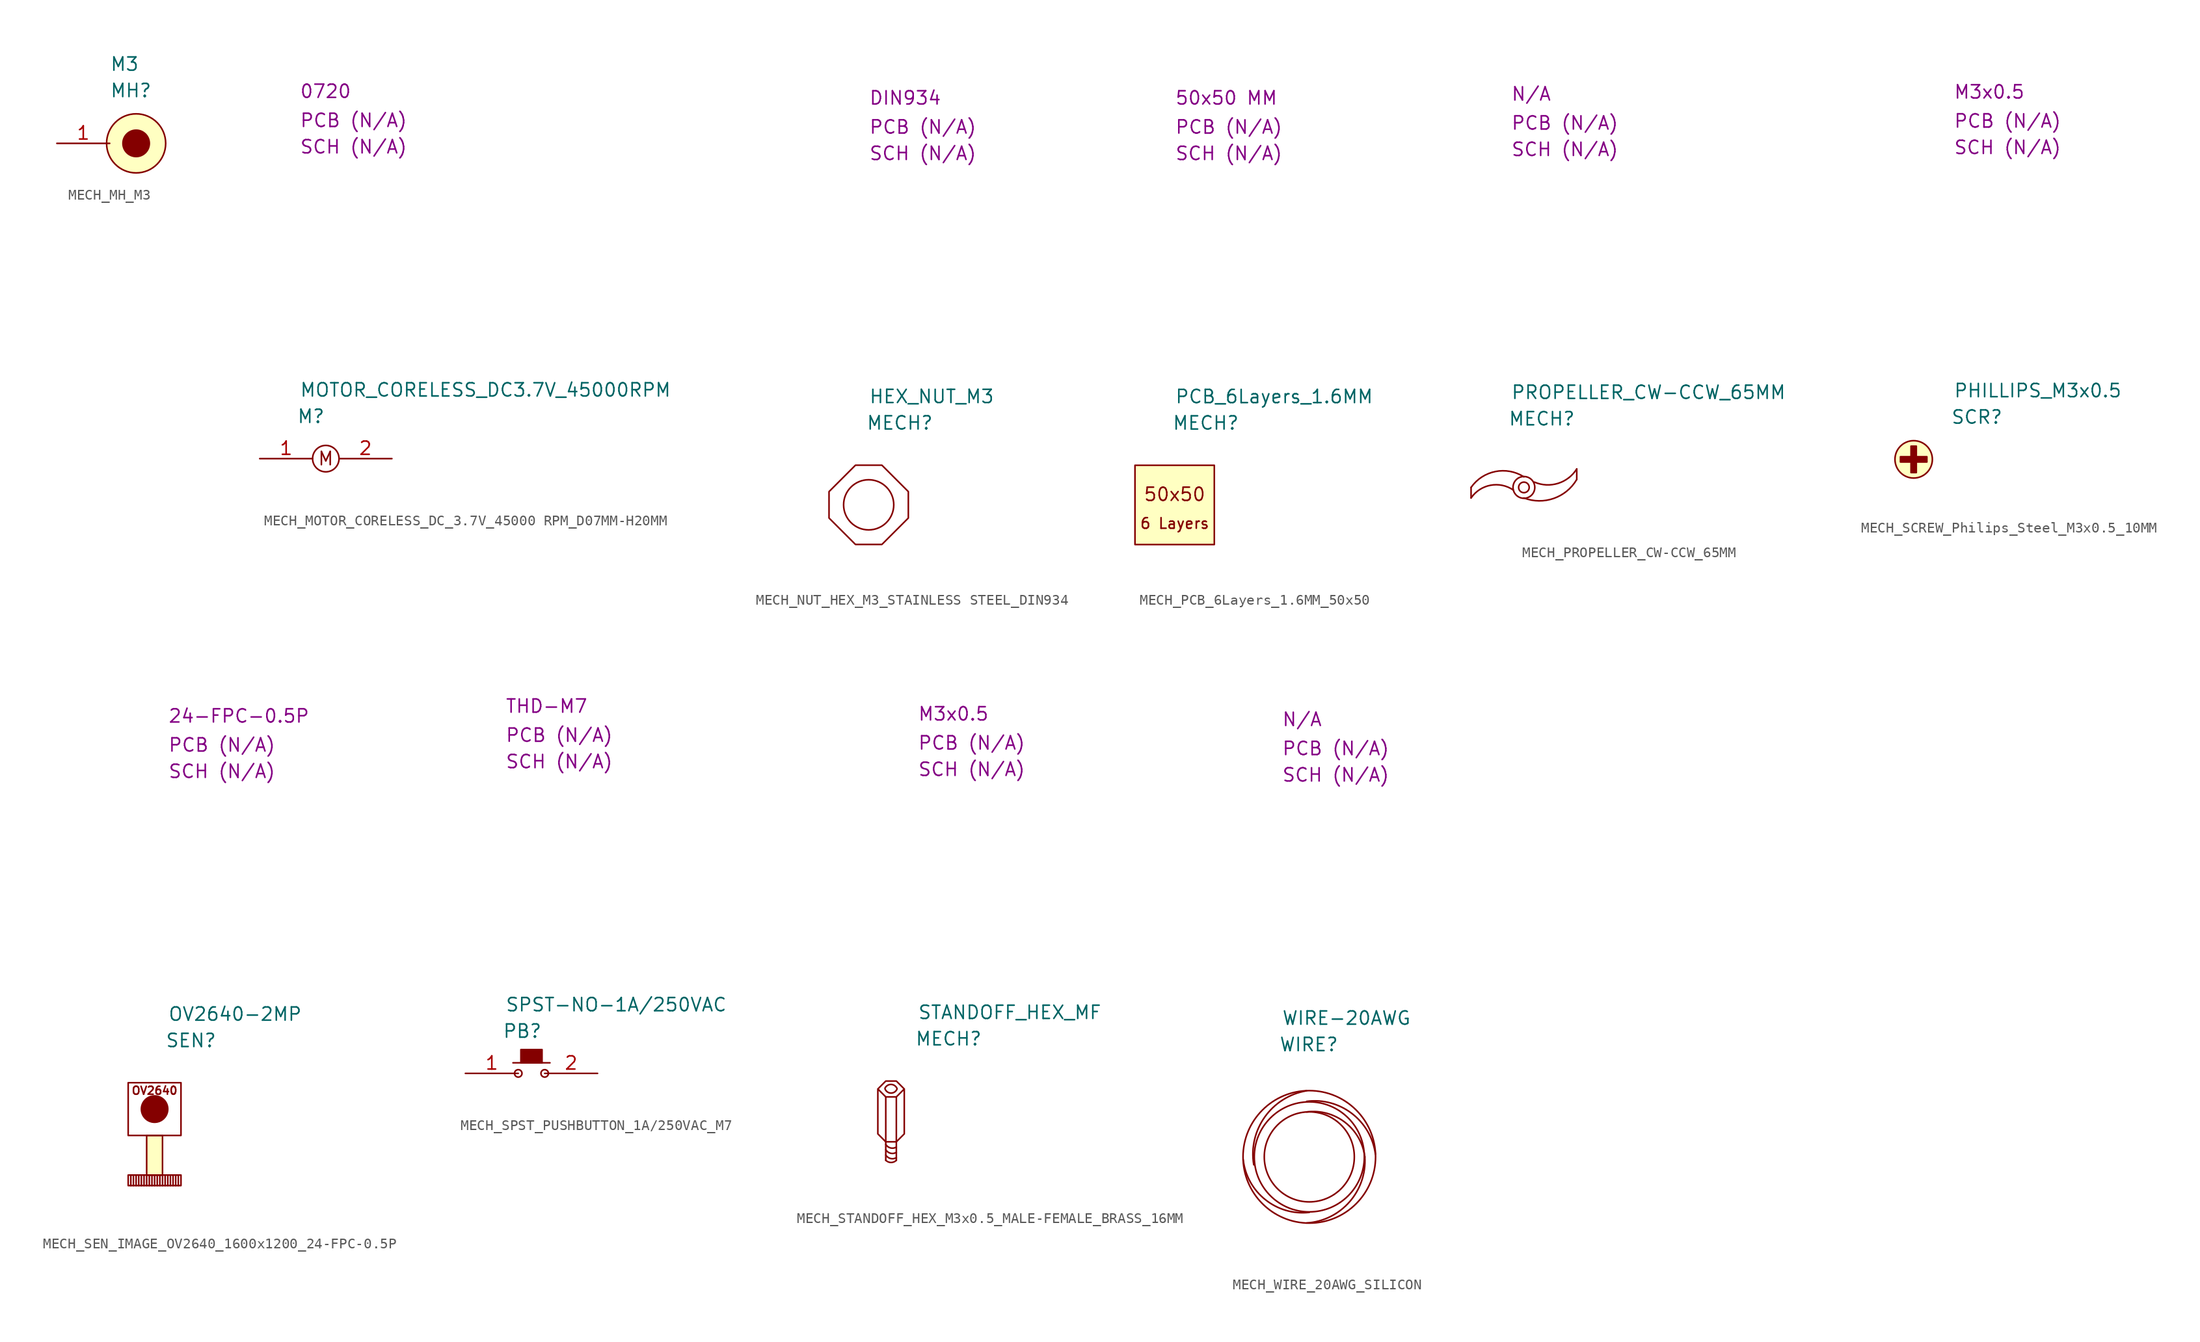
<source format=kicad_sym>
(kicad_symbol_lib
  (version 20231120)
  (generator "kicad_symbol_editor")
  (generator_version "8.0")
  (symbol "MECH_MH_M3"
    (property "Reference" "MH"
      (at 5.08 5.08 0)
      (effects (font (size 1.27 1.27)) (justify left)))
    (property "Value" "M3"
      (at 5.08 7.62 0)
      (effects (font (size 1.27 1.27)) (justify left)))
    (symbol "MECH_MH_M3_0_1"
      (circle (center 7.62 0) (radius 1.27) (stroke (width 0) (type default)) (fill (type outline)))
      (circle (center 7.62 0) (radius 2.84) (stroke (width 0) (type default)) (fill (type background))))
    (symbol "MECH_MH_M3_1_1"
      (pin passive line (at 0 0 0) (length 5.08) (name "" (effects (font (size 1.27 1.27)))) (number "1" (effects (font (size 1.27 1.27)))))))
  (symbol "MECH_MOTOR_CORELESS_DC_3.7V_45000 RPM_D07MM-H20MM"
    (property "Reference" "M"
      (at 3.556 4.064 0)
      (effects (font (size 1.27 1.27)) (justify left)))
    (property "Value" "MOTOR_CORELESS_DC3.7V_45000RPM"
      (at 3.81 6.604 0)
      (effects (font (size 1.27 1.27)) (justify left)))
    (property "Package" "0720"
      (at 3.81 35.306 0)
      (effects (font (size 1.27 1.27)) (justify left)))
    (property "SCH CHECK" "SCH (N/A)"
      (at 3.81 29.972 0)
      (effects (font (size 1.27 1.27)) (justify left)))
    (property "PCB CHECK" "PCB (N/A)"
      (at 3.81 32.512 0)
      (effects (font (size 1.27 1.27)) (justify left)))
    (symbol "MECH_MOTOR_CORELESS_DC_3.7V_45000 RPM_D07MM-H20MM_1_1"
      (circle (center 6.35 0) (radius 1.27) (stroke (width 0) (type default)) (fill (type none)))
      (text "M" (at 6.35 0 0) (effects (font (size 1.27 1.27))))
      (pin free line (at 0 0 0) (length 5.08) (name "" (effects (font (size 1.27 1.27)))) (number "1" (effects (font (size 1.27 1.27)))))
      (pin free line (at 12.7 0 180) (length 5.08) (name "" (effects (font (size 1.27 1.27)))) (number "2" (effects (font (size 1.27 1.27)))))))
  (symbol "MECH_NUT_HEX_M3_STAINLESS STEEL_DIN934"
    (property "Reference" "MECH"
      (at 3.556 4.064 0)
      (effects (font (size 1.27 1.27)) (justify left)))
    (property "Value" "HEX_NUT_M3"
      (at 3.81 6.604 0)
      (effects (font (size 1.27 1.27)) (justify left)))
    (property "Package" "DIN934"
      (at 3.81 35.306 0)
      (effects (font (size 1.27 1.27)) (justify left)))
    (property "SCH CHECK" "SCH (N/A)"
      (at 3.81 29.972 0)
      (effects (font (size 1.27 1.27)) (justify left)))
    (property "PCB CHECK" "PCB (N/A)"
      (at 3.81 32.512 0)
      (effects (font (size 1.27 1.27)) (justify left)))
    (symbol "MECH_NUT_HEX_M3_STAINLESS STEEL_DIN934_1_1"
      (polyline (pts (xy 2.54 0) (xy 5.08 0) (xy 7.62 -2.54) (xy 7.62 -5.08) (xy 5.08 -7.62) (xy 2.54 -7.62) (xy 0 -5.08) (xy 0 -2.54) (xy 2.54 0)) (stroke (width 0) (type default)) (fill (type none)))
      (circle (center 3.81 -3.81) (radius 2.41) (stroke (width 0) (type default)) (fill (type none)))))
  (symbol "MECH_PCB_6Layers_1.6MM_50x50"
    (property "Reference" "MECH"
      (at 3.556 4.064 0)
      (effects (font (size 1.27 1.27)) (justify left)))
    (property "Value" "PCB_6Layers_1.6MM"
      (at 3.81 6.604 0)
      (effects (font (size 1.27 1.27)) (justify left)))
    (property "Package" "50x50 MM"
      (at 3.81 35.306 0)
      (effects (font (size 1.27 1.27)) (justify left)))
    (property "SCH CHECK" "SCH (N/A)"
      (at 3.81 29.972 0)
      (effects (font (size 1.27 1.27)) (justify left)))
    (property "PCB CHECK" "PCB (N/A)"
      (at 3.81 32.512 0)
      (effects (font (size 1.27 1.27)) (justify left)))
    (symbol "MECH_PCB_6Layers_1.6MM_50x50_1_1"
      (rectangle (start 0 0) (end 7.62 -7.62) (stroke (width 0) (type default)) (fill (type background)))
      (text "50x50" (at 3.81 -2.794 0) (effects (font (size 1.27 1.27))))
      (text "6 Layers" (at 3.81 -5.588 0) (effects (font (size 1.016 1.016))))))
  (symbol "MECH_PROPELLER_CW-CCW_65MM"
    (property "Reference" "MECH"
      (at 3.556 4.064 0)
      (effects (font (size 1.27 1.27)) (justify left)))
    (property "Value" "PROPELLER_CW-CCW_65MM"
      (at 3.81 6.604 0)
      (effects (font (size 1.27 1.27)) (justify left)))
    (property "Package" "N/A"
      (at 3.81 35.306 0)
      (effects (font (size 1.27 1.27)) (justify left)))
    (property "SCH CHECK" "SCH (N/A)"
      (at 3.81 29.972 0)
      (effects (font (size 1.27 1.27)) (justify left)))
    (property "PCB CHECK" "PCB (N/A)"
      (at 3.81 32.512 0)
      (effects (font (size 1.27 1.27)) (justify left)))
    (symbol "MECH_PROPELLER_CW-CCW_65MM_1_1"
      (polyline (pts (xy 0 -3.556) (xy 0 -2.54)) (stroke (width 0) (type default)) (fill (type none)))
      (polyline (pts (xy 10.16 -0.762) (xy 10.16 -1.778)) (stroke (width 0) (type default)) (fill (type none)))
      (arc (start 4.064 -2.794) (mid 1.8742 -2.3333) (end 0 -3.556) (stroke (width 0) (type default)) (fill (type none)))
      (arc (start 5.08 -3.556) (mid 7.9467 -3.6003) (end 10.16 -1.778) (stroke (width 0) (type default)) (fill (type none)))
      (circle (center 5.08 -2.54) (radius 0.508) (stroke (width 0) (type default)) (fill (type none)))
      (circle (center 5.08 -2.54) (radius 1.047) (stroke (width 0) (type default)) (fill (type none)))
      (arc (start 5.08 -1.524) (mid 2.3362 -1.013) (end 0 -2.54) (stroke (width 0) (type default)) (fill (type none)))
      (arc (start 6.096 -2.032) (mid 8.3639 -2.1518) (end 10.16 -0.762) (stroke (width 0) (type default)) (fill (type none)))))
  (symbol "MECH_SCREW_Philips_Steel_M3x0.5_10MM"
    (property "Reference" "SCR"
      (at 3.556 4.064 0)
      (effects (font (size 1.27 1.27)) (justify left)))
    (property "Value" "PHILLIPS_M3x0.5"
      (at 3.81 6.604 0)
      (effects (font (size 1.27 1.27)) (justify left)))
    (property "Package" "M3x0.5"
      (at 3.81 35.306 0)
      (effects (font (size 1.27 1.27)) (justify left)))
    (property "SCH CHECK" "SCH (N/A)"
      (at 3.81 29.972 0)
      (effects (font (size 1.27 1.27)) (justify left)))
    (property "PCB CHECK" "PCB (N/A)"
      (at 3.81 32.512 0)
      (effects (font (size 1.27 1.27)) (justify left)))
    (symbol "MECH_SCREW_Philips_Steel_M3x0.5_10MM_1_1"
      (rectangle (start -1.27 0.254) (end 1.27 -0.254) (stroke (width 0) (type default)) (fill (type outline)))
      (rectangle (start -0.254 1.27) (end 0.254 -1.27) (stroke (width 0) (type default)) (fill (type outline)))
      (circle (center 0 0) (radius 1.796) (stroke (width 0) (type default)) (fill (type background)))))
  (symbol "MECH_SEN_IMAGE_OV2640_1600x1200_24-FPC-0.5P"
    (property "Reference" "SEN"
      (at 3.556 4.064 0)
      (effects (font (size 1.27 1.27)) (justify left)))
    (property "Value" "OV2640-2MP"
      (at 3.81 6.604 0)
      (effects (font (size 1.27 1.27)) (justify left)))
    (property "Package" "24-FPC-0.5P"
      (at 3.81 35.306 0)
      (effects (font (size 1.27 1.27)) (justify left)))
    (property "SCH CHECK" "SCH (N/A)"
      (at 3.81 29.972 0)
      (effects (font (size 1.27 1.27)) (justify left)))
    (property "PCB CHECK" "PCB (N/A)"
      (at 3.81 32.512 0)
      (effects (font (size 1.27 1.27)) (justify left)))
    (symbol "MECH_SEN_IMAGE_OV2640_1600x1200_24-FPC-0.5P_1_1"
      (rectangle (start 0 -8.89) (end 5.08 -9.906) (stroke (width 0) (type default)) (fill (type none)))
      (polyline (pts (xy 0.254 -8.89) (xy 0.254 -9.906)) (stroke (width 0) (type default)) (fill (type none)))
      (polyline (pts (xy 0.508 -8.89) (xy 0.508 -9.906)) (stroke (width 0) (type default)) (fill (type none)))
      (polyline (pts (xy 0.762 -8.89) (xy 0.762 -9.906)) (stroke (width 0) (type default)) (fill (type none)))
      (polyline (pts (xy 1.016 -8.89) (xy 1.016 -9.906)) (stroke (width 0) (type default)) (fill (type none)))
      (polyline (pts (xy 1.27 -8.89) (xy 1.27 -9.906)) (stroke (width 0) (type default)) (fill (type none)))
      (polyline (pts (xy 1.524 -8.89) (xy 1.524 -9.906)) (stroke (width 0) (type default)) (fill (type none)))
      (polyline (pts (xy 1.778 -8.89) (xy 1.778 -9.906)) (stroke (width 0) (type default)) (fill (type none)))
      (polyline (pts (xy 2.032 -8.89) (xy 2.032 -9.906)) (stroke (width 0) (type default)) (fill (type none)))
      (polyline (pts (xy 2.286 -8.89) (xy 2.286 -9.906)) (stroke (width 0) (type default)) (fill (type none)))
      (polyline (pts (xy 2.54 -8.89) (xy 2.54 -9.906)) (stroke (width 0) (type default)) (fill (type none)))
      (polyline (pts (xy 2.794 -8.89) (xy 2.794 -9.906)) (stroke (width 0) (type default)) (fill (type none)))
      (polyline (pts (xy 3.048 -8.89) (xy 3.048 -9.906)) (stroke (width 0) (type default)) (fill (type none)))
      (polyline (pts (xy 3.302 -8.89) (xy 3.302 -9.906)) (stroke (width 0) (type default)) (fill (type none)))
      (polyline (pts (xy 3.556 -8.89) (xy 3.556 -9.906)) (stroke (width 0) (type default)) (fill (type none)))
      (polyline (pts (xy 3.81 -8.89) (xy 3.81 -9.906)) (stroke (width 0) (type default)) (fill (type none)))
      (polyline (pts (xy 4.064 -8.89) (xy 4.064 -9.906)) (stroke (width 0) (type default)) (fill (type none)))
      (polyline (pts (xy 4.318 -8.89) (xy 4.318 -9.906)) (stroke (width 0) (type default)) (fill (type none)))
      (polyline (pts (xy 4.572 -8.89) (xy 4.572 -9.906)) (stroke (width 0) (type default)) (fill (type none)))
      (polyline (pts (xy 4.826 -8.89) (xy 4.826 -9.906)) (stroke (width 0) (type default)) (fill (type none)))
      (rectangle (start 0 0) (end 5.08 -5.08) (stroke (width 0) (type default)) (fill (type none)))
      (rectangle (start 1.778 -5.08) (end 3.302 -8.89) (stroke (width 0) (type default)) (fill (type background)))
      (circle (center 2.54 -2.54) (radius 1.27) (stroke (width 0) (type default)) (fill (type outline)))
      (text "OV2640" (at 2.54 -0.762 0) (effects (font (size 0.762 0.762))))))
  (symbol "MECH_SPST_PUSHBUTTON_1A/250VAC_M7"
    (property "Reference" "PB"
      (at 3.556 4.064 0)
      (effects (font (size 1.27 1.27)) (justify left)))
    (property "Value" "SPST-NO-1A/250VAC"
      (at 3.81 6.604 0)
      (effects (font (size 1.27 1.27)) (justify left)))
    (property "Package" "THD-M7"
      (at 3.81 35.306 0)
      (effects (font (size 1.27 1.27)) (justify left)))
    (property "SCH CHECK" "SCH (N/A)"
      (at 3.81 29.972 0)
      (effects (font (size 1.27 1.27)) (justify left)))
    (property "PCB CHECK" "PCB (N/A)"
      (at 3.81 32.512 0)
      (effects (font (size 1.27 1.27)) (justify left)))
    (symbol "MECH_SPST_PUSHBUTTON_1A/250VAC_M7_0_1"
      (polyline (pts (xy 4.572 1.016) (xy 8.128 1.016)) (stroke (width 0) (type default)) (fill (type none)))
      (circle (center 5.08 0) (radius 0.359) (stroke (width 0) (type default)) (fill (type none)))
      (circle (center 7.62 0) (radius 0.359) (stroke (width 0) (type default)) (fill (type none))))
    (symbol "MECH_SPST_PUSHBUTTON_1A/250VAC_M7_1_1"
      (rectangle (start 5.334 2.286) (end 7.366 1.016) (stroke (width 0) (type default)) (fill (type outline)))
      (pin free line (at 0 0 0) (length 5.08) (name "" (effects (font (size 1.27 1.27)))) (number "1" (effects (font (size 1.27 1.27)))))
      (pin free line (at 12.7 0 180) (length 5.08) (name "" (effects (font (size 1.27 1.27)))) (number "2" (effects (font (size 1.27 1.27)))))))
  (symbol "MECH_STANDOFF_HEX_M3x0.5_MALE-FEMALE_BRASS_16MM"
    (property "Reference" "MECH"
      (at 3.556 4.064 0)
      (effects (font (size 1.27 1.27)) (justify left)))
    (property "Value" "STANDOFF_HEX_MF"
      (at 3.81 6.604 0)
      (effects (font (size 1.27 1.27)) (justify left)))
    (property "Package" "M3x0.5"
      (at 3.81 35.306 0)
      (effects (font (size 1.27 1.27)) (justify left)))
    (property "SCH CHECK" "SCH (N/A)"
      (at 3.81 29.972 0)
      (effects (font (size 1.27 1.27)) (justify left)))
    (property "PCB CHECK" "PCB (N/A)"
      (at 3.81 32.512 0)
      (effects (font (size 1.27 1.27)) (justify left)))
    (symbol "MECH_STANDOFF_HEX_M3x0.5_MALE-FEMALE_BRASS_16MM_0_1"
      (polyline (pts (xy 0.762 -5.842) (xy 0.762 -7.62)) (stroke (width 0) (type default)) (fill (type none)))
      (polyline (pts (xy 0.762 -1.524) (xy 0.762 -5.842)) (stroke (width 0) (type default)) (fill (type none)))
      (polyline (pts (xy 1.778 -5.842) (xy 1.778 -7.62)) (stroke (width 0) (type default)) (fill (type none)))
      (polyline (pts (xy 1.778 -1.524) (xy 1.778 -5.842)) (stroke (width 0) (type default)) (fill (type none)))
      (polyline (pts (xy 0 -0.762) (xy 0.762 0) (xy 1.778 0) (xy 2.54 -0.762) (xy 1.778 -1.524) (xy 0.762 -1.524) (xy 0 -0.762) (xy 0 -5.08) (xy 0.762 -5.842) (xy 1.778 -5.842) (xy 2.54 -5.08) (xy 2.54 -0.762)) (stroke (width 0) (type default)) (fill (type none)))
      (arc (start 0.698 -0.7676) (mid 1.268 -1.1547) (end 1.841 -0.7721) (stroke (width 0) (type default)) (fill (type none)))
      (arc (start 0.762 -7.62) (mid 1.27 -7.8304) (end 1.778 -7.62) (stroke (width 0) (type default)) (fill (type none)))
      (arc (start 0.762 -7.112) (mid 1.2174 -7.4494) (end 1.778 -7.366) (stroke (width 0) (type default)) (fill (type none)))
      (arc (start 0.762 -6.604) (mid 1.2174 -6.9414) (end 1.778 -6.858) (stroke (width 0) (type default)) (fill (type none)))
      (arc (start 0.762 -6.096) (mid 1.2174 -6.4334) (end 1.778 -6.35) (stroke (width 0) (type default)) (fill (type none)))
      (arc (start 1.8383 -0.7126) (mid 1.271 -0.3278) (end 0.687 -0.6868) (stroke (width 0) (type default)) (fill (type none)))))
  (symbol "MECH_WIRE_20AWG_SILICON"
    (property "Reference" "WIRE"
      (at 3.556 4.064 0)
      (effects (font (size 1.27 1.27)) (justify left)))
    (property "Value" "WIRE-20AWG"
      (at 3.81 6.604 0)
      (effects (font (size 1.27 1.27)) (justify left)))
    (property "Package" "N/A"
      (at 3.81 35.306 0)
      (effects (font (size 1.27 1.27)) (justify left)))
    (property "SCH CHECK" "SCH (N/A)"
      (at 3.81 29.972 0)
      (effects (font (size 1.27 1.27)) (justify left)))
    (property "PCB CHECK" "PCB (N/A)"
      (at 3.81 32.512 0)
      (effects (font (size 1.27 1.27)) (justify left)))
    (symbol "MECH_WIRE_20AWG_SILICON_0_1"
      (arc (start 0.127 -6.985) (mid 2.2499 -10.8401) (end 6.477 -12.065) (stroke (width 0) (type default)) (fill (type none)))
      (arc (start 6.223 -13.081) (mid 10.3321 -11.0633) (end 11.811 -6.731) (stroke (width 0) (type default)) (fill (type none)))
      (arc (start 6.223 -0.381) (mid 2.2101 -2.8849) (end 1.143 -7.493) (stroke (width 0) (type default)) (fill (type none)))
      (circle (center 6.477 -6.731) (radius 4.325) (stroke (width 0) (type default)) (fill (type none)))
      (circle (center 6.477 -6.731) (radius 5.285) (stroke (width 0) (type default)) (fill (type none)))
      (circle (center 6.477 -6.731) (radius 6.365) (stroke (width 0) (type default)) (fill (type none)))
      (arc (start 11.811 -6.731) (mid 9.9112 -3.4148) (end 6.223 -2.413) (stroke (width 0) (type default)) (fill (type none)))
      (arc (start 12.827 -6.477) (mid 10.5771 -2.5693) (end 6.223 -1.397) (stroke (width 0) (type default)) (fill (type none))))))
</source>
